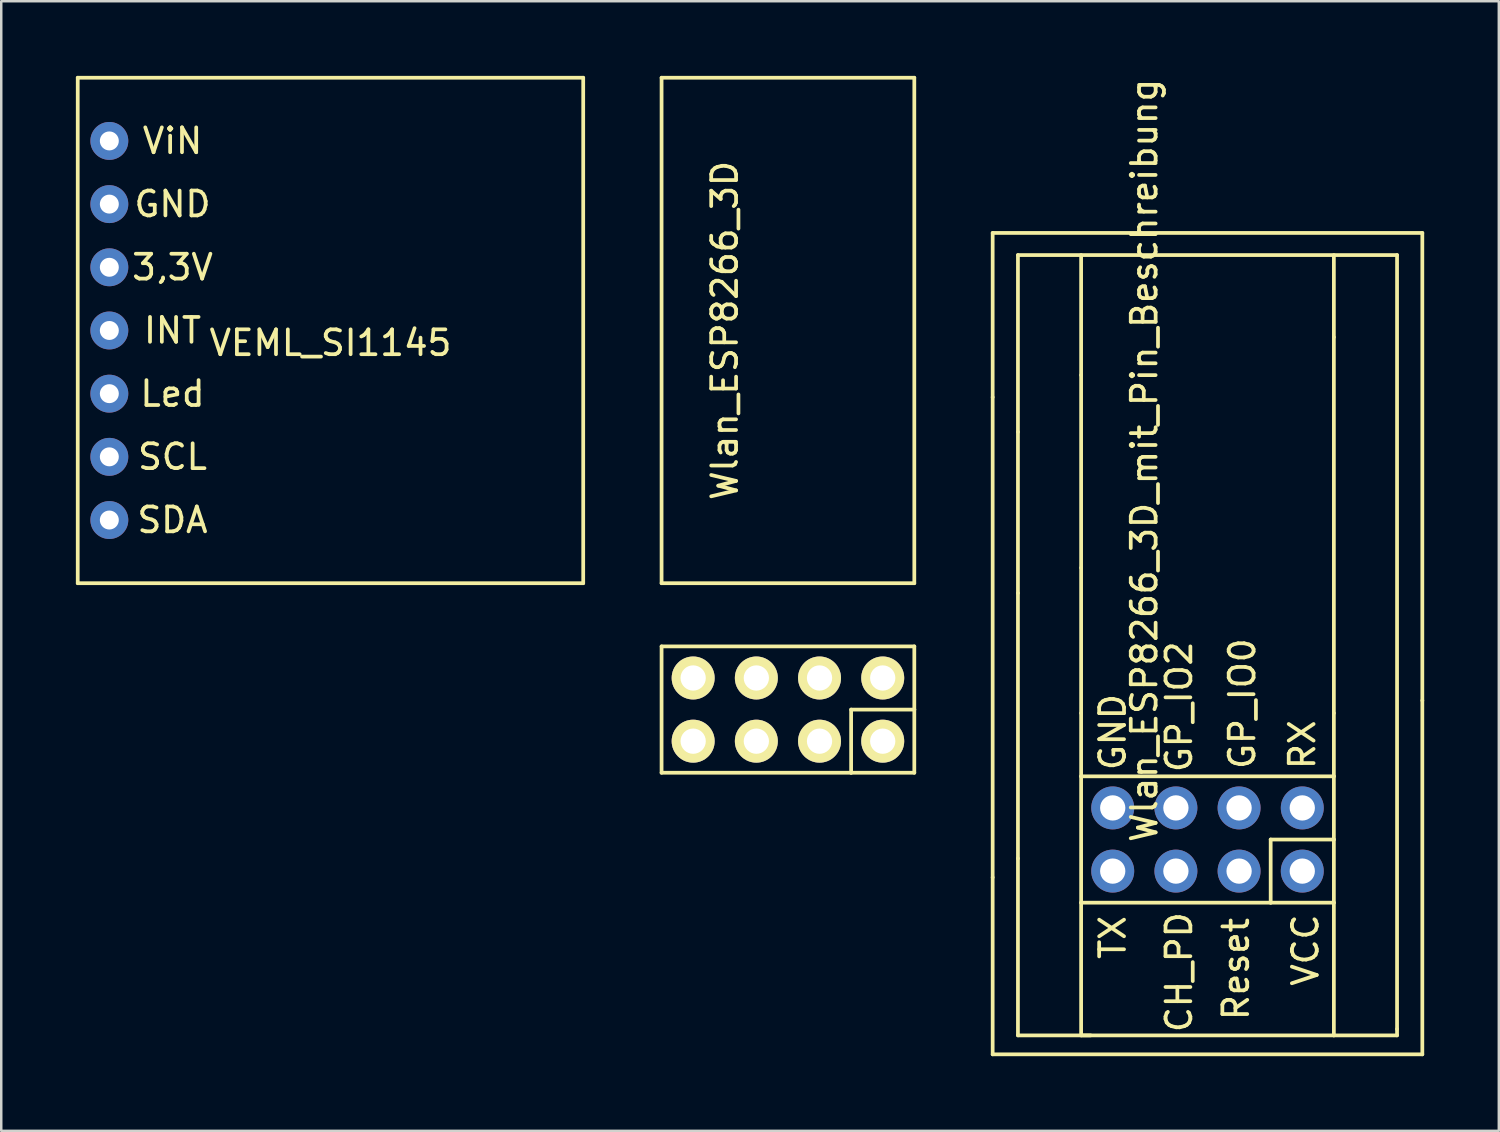
<source format=kicad_pcb>
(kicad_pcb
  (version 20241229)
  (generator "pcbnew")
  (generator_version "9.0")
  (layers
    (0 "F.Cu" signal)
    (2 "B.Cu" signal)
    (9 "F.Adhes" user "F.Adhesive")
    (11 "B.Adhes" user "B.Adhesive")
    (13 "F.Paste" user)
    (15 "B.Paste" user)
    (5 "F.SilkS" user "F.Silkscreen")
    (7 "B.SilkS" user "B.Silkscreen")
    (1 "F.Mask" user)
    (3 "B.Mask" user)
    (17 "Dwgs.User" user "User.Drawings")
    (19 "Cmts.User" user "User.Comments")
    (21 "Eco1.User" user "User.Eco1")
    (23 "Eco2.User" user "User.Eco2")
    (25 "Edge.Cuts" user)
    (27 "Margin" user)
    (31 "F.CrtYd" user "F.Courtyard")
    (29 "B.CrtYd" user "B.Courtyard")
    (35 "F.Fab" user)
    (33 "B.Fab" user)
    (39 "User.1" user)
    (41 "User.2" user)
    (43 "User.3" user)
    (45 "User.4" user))
  (footprint "VEML_SI1145"
    (layer "F.Cu")
    (at 10.235 10.235)
    (property "Reference" "VEML_SI1145" (at 0 0.5 0) (unlocked yes) (layer "F.SilkS") (effects (font (size 1 1) (thickness 0.15))))
    (attr through_hole)
    (fp_line (start -10.16 -10.16) (end -10.16 10.16) (stroke (width 0.15) (type solid)) (layer "F.SilkS"))
    (fp_line (start -10.16 10.16) (end 10.16 10.16) (stroke (width 0.15) (type solid)) (layer "F.SilkS"))
    (fp_line (start 10.16 -10.16) (end -10.16 -10.16) (stroke (width 0.15) (type solid)) (layer "F.SilkS"))
    (fp_line (start 10.16 10.16) (end 10.16 -10.16) (stroke (width 0.15) (type solid)) (layer "F.SilkS"))
    (fp_text user "GND" (at -6.35 -5.08 0) (unlocked yes) (layer "F.SilkS") (effects (font (size 1 1) (thickness 0.15))))
    (fp_text user "3,3V" (at -6.35 -2.54 0) (unlocked yes) (layer "F.SilkS") (effects (font (size 1 1) (thickness 0.15))))
    (fp_text user "ViN" (at -6.35 -7.62 0) (unlocked yes) (layer "F.SilkS") (effects (font (size 1 1) (thickness 0.15))))
    (fp_text user "SDA" (at -6.35 7.62 0) (unlocked yes) (layer "F.SilkS") (effects (font (size 1 1) (thickness 0.15))))
    (fp_text user "SCL" (at -6.35 5.08 0) (unlocked yes) (layer "F.SilkS") (effects (font (size 1 1) (thickness 0.15))))
    (fp_text user "INT" (at -6.35 0 0) (unlocked yes) (layer "F.SilkS") (effects (font (size 1 1) (thickness 0.15))))
    (fp_text user "Led" (at -6.35 2.54 0) (unlocked yes) (layer "F.SilkS") (effects (font (size 1 1) (thickness 0.15))))
    (pad "1" thru_hole circle (at -8.89 -7.62) (size 1.524 1.524) (drill 0.762) (layers "*.Cu" "*.Mask"))
    (pad "2" thru_hole circle (at -8.89 -5.08) (size 1.524 1.524) (drill 0.762) (layers "*.Cu" "*.Mask"))
    (pad "3" thru_hole circle (at -8.89 -2.54) (size 1.524 1.524) (drill 0.762) (layers "*.Cu" "*.Mask"))
    (pad "4" thru_hole circle (at -8.89 0) (size 1.524 1.524) (drill 0.762) (layers "*.Cu" "*.Mask"))
    (pad "5" thru_hole circle (at -8.89 2.54) (size 1.524 1.524) (drill 0.762) (layers "*.Cu" "*.Mask"))
    (pad "6" thru_hole circle (at -8.89 5.08) (size 1.524 1.524) (drill 0.762) (layers "*.Cu" "*.Mask"))
    (pad "7" thru_hole circle (at -8.89 7.62) (size 1.524 1.524) (drill 0.762) (layers "*.Cu" "*.Mask")))
  (footprint "Wlan_ESP8266_3D"
    (layer "F.Cu")
    (at 28.625 25.475)
    (property "Reference" "Wlan_ESP8266_3D" (at -2.54 -15.24 90) (layer "F.SilkS") (effects (font (size 1 1) (thickness 0.15))))
    (fp_line (start -5.08 -25.4) (end 5.08 -25.4) (stroke (width 0.15) (type solid)) (layer "F.SilkS"))
    (fp_line (start -5.08 -5.08) (end -5.08 -25.4) (stroke (width 0.15) (type solid)) (layer "F.SilkS"))
    (fp_line (start -5.08 -2.54) (end 5.08 -2.54) (stroke (width 0.15) (type solid)) (layer "F.SilkS"))
    (fp_line (start -5.08 2.54) (end -5.08 -2.54) (stroke (width 0.15) (type solid)) (layer "F.SilkS"))
    (fp_line (start 2.54 0) (end 2.54 2.54) (stroke (width 0.15) (type solid)) (layer "F.SilkS"))
    (fp_line (start 2.54 2.54) (end -5.08 2.54) (stroke (width 0.15) (type solid)) (layer "F.SilkS"))
    (fp_line (start 5.08 -25.4) (end 5.08 -5.08) (stroke (width 0.15) (type solid)) (layer "F.SilkS"))
    (fp_line (start 5.08 -5.08) (end -5.08 -5.08) (stroke (width 0.15) (type solid)) (layer "F.SilkS"))
    (fp_line (start 5.08 -2.54) (end 5.08 0) (stroke (width 0.15) (type solid)) (layer "F.SilkS"))
    (fp_line (start 5.08 0) (end 2.54 0) (stroke (width 0.15) (type solid)) (layer "F.SilkS"))
    (fp_line (start 5.08 2.54) (end 2.54 2.54) (stroke (width 0.15) (type solid)) (layer "F.SilkS"))
    (fp_line (start 5.08 2.54) (end 5.08 0) (stroke (width 0.15) (type solid)) (layer "F.SilkS"))
    (pad "1" thru_hole oval (at -3.81 1.27 180) (size 1.727 1.727) (drill 1.016) (layers "*.Cu" "*.Mask" "F.SilkS"))
    (pad "2" thru_hole oval (at -1.27 1.27 180) (size 1.727 1.727) (drill 1.016) (layers "*.Cu" "*.Mask" "F.SilkS"))
    (pad "3" thru_hole oval (at 1.27 1.27 180) (size 1.727 1.727) (drill 1.016) (layers "*.Cu" "*.Mask" "F.SilkS"))
    (pad "4" thru_hole circle (at 3.81 1.27 180) (size 1.727 1.727) (drill 1.016) (layers "*.Cu" "*.Mask" "F.SilkS"))
    (pad "5" thru_hole oval (at -3.81 -1.27 180) (size 1.727 1.727) (drill 1.016) (layers "*.Cu" "*.Mask" "F.SilkS"))
    (pad "6" thru_hole oval (at -1.27 -1.27 180) (size 1.727 1.727) (drill 1.016) (layers "*.Cu" "*.Mask" "F.SilkS"))
    (pad "7" thru_hole oval (at 1.27 -1.27 180) (size 1.727 1.727) (drill 1.016) (layers "*.Cu" "*.Mask" "F.SilkS"))
    (pad "8" thru_hole oval (at 3.81 -1.27 180) (size 1.727 1.727) (drill 1.016) (layers "*.Cu" "*.Mask" "F.SilkS")))
  (footprint "Wlan_ESP8266_3D_mit_Pin_Beschreibung"
    (layer "F.Cu")
    (at 45.491 30.698)
    (property "Reference" "Wlan_ESP8266_3D_mit_Pin_Beschreibung" (at -2.54 -15.24 90) (layer "F.SilkS") (effects (font (size 1 1) (thickness 0.15))))
    (fp_line (start -8.636 -24.384) (end 8.636 -24.384) (stroke (width 0.15) (type solid)) (layer "F.SilkS"))
    (fp_line (start -8.636 -17.78) (end -8.636 -24.384) (stroke (width 0.15) (type solid)) (layer "F.SilkS"))
    (fp_line (start -8.636 1.524) (end -8.636 -17.78) (stroke (width 0.15) (type solid)) (layer "F.SilkS"))
    (fp_line (start -8.636 8.636) (end -8.636 1.524) (stroke (width 0.15) (type solid)) (layer "F.SilkS"))
    (fp_line (start -7.62 -23.495) (end 7.62 -23.495) (stroke (width 0.15) (type solid)) (layer "F.SilkS"))
    (fp_line (start -7.62 -16.383) (end -7.62 -23.495) (stroke (width 0.15) (type solid)) (layer "F.SilkS"))
    (fp_line (start -7.62 -9.906) (end -7.62 -16.383) (stroke (width 0.15) (type solid)) (layer "F.SilkS"))
    (fp_line (start -7.62 0.762) (end -7.62 -9.906) (stroke (width 0.15) (type solid)) (layer "F.SilkS"))
    (fp_line (start -7.62 7.874) (end -7.62 0.762) (stroke (width 0.15) (type solid)) (layer "F.SilkS"))
    (fp_line (start -5.08 -18.669) (end -5.08 -23.495) (stroke (width 0.15) (type solid)) (layer "F.SilkS"))
    (fp_line (start -5.08 -10.922) (end -5.08 -18.669) (stroke (width 0.15) (type solid)) (layer "F.SilkS"))
    (fp_line (start -5.08 -5.08) (end -5.08 -10.922) (stroke (width 0.15) (type solid)) (layer "F.SilkS"))
    (fp_line (start -5.08 -5.08) (end -5.08 -2.54) (stroke (width 0.15) (type solid)) (layer "F.SilkS"))
    (fp_line (start -5.08 -2.54) (end 5.08 -2.54) (stroke (width 0.15) (type solid)) (layer "F.SilkS"))
    (fp_line (start -5.08 2.54) (end -5.08 -2.54) (stroke (width 0.15) (type solid)) (layer "F.SilkS"))
    (fp_line (start -5.08 2.54) (end -5.08 7.874) (stroke (width 0.15) (type solid)) (layer "F.SilkS"))
    (fp_line (start -5.08 7.874) (end 5.08 7.874) (stroke (width 0.15) (type solid)) (layer "F.SilkS"))
    (fp_line (start -4.699 7.874) (end -7.62 7.874) (stroke (width 0.15) (type solid)) (layer "F.SilkS"))
    (fp_line (start 2.54 0) (end 2.54 2.54) (stroke (width 0.15) (type solid)) (layer "F.SilkS"))
    (fp_line (start 2.54 2.54) (end -5.08 2.54) (stroke (width 0.15) (type solid)) (layer "F.SilkS"))
    (fp_line (start 5.08 -20.193) (end 5.08 -23.495) (stroke (width 0.15) (type solid)) (layer "F.SilkS"))
    (fp_line (start 5.08 -5.08) (end 5.08 -20.193) (stroke (width 0.15) (type solid)) (layer "F.SilkS"))
    (fp_line (start 5.08 -5.08) (end 5.08 -2.54) (stroke (width 0.15) (type solid)) (layer "F.SilkS"))
    (fp_line (start 5.08 -2.54) (end 5.08 0) (stroke (width 0.15) (type solid)) (layer "F.SilkS"))
    (fp_line (start 5.08 0) (end 2.54 0) (stroke (width 0.15) (type solid)) (layer "F.SilkS"))
    (fp_line (start 5.08 2.54) (end 2.54 2.54) (stroke (width 0.15) (type solid)) (layer "F.SilkS"))
    (fp_line (start 5.08 2.54) (end 5.08 0) (stroke (width 0.15) (type solid)) (layer "F.SilkS"))
    (fp_line (start 5.08 7.874) (end 5.08 2.54) (stroke (width 0.15) (type solid)) (layer "F.SilkS"))
    (fp_line (start 5.08 7.874) (end 7.62 7.874) (stroke (width 0.15) (type solid)) (layer "F.SilkS"))
    (fp_line (start 7.62 -23.495) (end 7.62 7.62) (stroke (width 0.15) (type solid)) (layer "F.SilkS"))
    (fp_line (start 7.62 7.874) (end 7.62 7.62) (stroke (width 0.15) (type solid)) (layer "F.SilkS"))
    (fp_line (start 8.636 -24.384) (end 8.636 -5.588) (stroke (width 0.15) (type solid)) (layer "F.SilkS"))
    (fp_line (start 8.636 -5.588) (end 8.636 8.636) (stroke (width 0.15) (type solid)) (layer "F.SilkS"))
    (fp_line (start 8.636 8.636) (end -8.636 8.636) (stroke (width 0.15) (type solid)) (layer "F.SilkS"))
    (fp_text user "RX" (at 3.81 -3.81 90) (layer "F.SilkS") (effects (font (size 1 1) (thickness 0.15))))
    (fp_text user "VCC" (at 3.937 4.445 90) (layer "F.SilkS") (effects (font (size 1 1) (thickness 0.15))))
    (fp_text user "GP_IO0" (at 1.397 -5.461 90) (layer "F.SilkS") (effects (font (size 1 1) (thickness 0.15))))
    (fp_text user "Reset" (at 1.143 5.207 90) (layer "F.SilkS") (effects (font (size 1 1) (thickness 0.15))))
    (fp_text user "CH_PD" (at -1.143 5.334 90) (layer "F.SilkS") (effects (font (size 1 1) (thickness 0.15))))
    (fp_text user "GP_IO2" (at -1.143 -5.334 90) (layer "F.SilkS") (effects (font (size 1 1) (thickness 0.15))))
    (fp_text user "GND" (at -3.81 -4.318 90) (layer "F.SilkS") (effects (font (size 1 1) (thickness 0.15))))
    (fp_text user "TX" (at -3.81 3.937 270) (layer "F.SilkS") (effects (font (size 1 1) (thickness 0.15))))
    (pad "CH_P" thru_hole oval (at -1.27 1.27 180) (size 1.727 1.727) (drill 1.016) (layers "*.Cu" "*.Mask"))
    (pad "GND" thru_hole oval (at -3.81 -1.27 180) (size 1.727 1.727) (drill 1.016) (layers "*.Cu" "*.Mask"))
    (pad "GP_0" thru_hole oval (at 1.27 -1.27 180) (size 1.727 1.727) (drill 1.016) (layers "*.Cu" "*.Mask"))
    (pad "GP_2" thru_hole oval (at -1.27 -1.27 180) (size 1.727 1.727) (drill 1.016) (layers "*.Cu" "*.Mask"))
    (pad "RX" thru_hole oval (at 3.81 -1.27 180) (size 1.727 1.727) (drill 1.016) (layers "*.Cu" "*.Mask"))
    (pad "Rese" thru_hole oval (at 1.27 1.27 180) (size 1.727 1.727) (drill 1.016) (layers "*.Cu" "*.Mask"))
    (pad "TX" thru_hole oval (at -3.81 1.27 180) (size 1.727 1.727) (drill 1.016) (layers "*.Cu" "*.Mask"))
    (pad "VCC" thru_hole circle (at 3.81 1.27 180) (size 1.727 1.727) (drill 1.016) (layers "*.Cu" "*.Mask")))
  (gr_rect
    (start -3 -3)
    (end 57.202 42.409)
    (stroke (width 0.1) (type default))
    (fill no)
    (layer "Edge.Cuts")))
</source>
